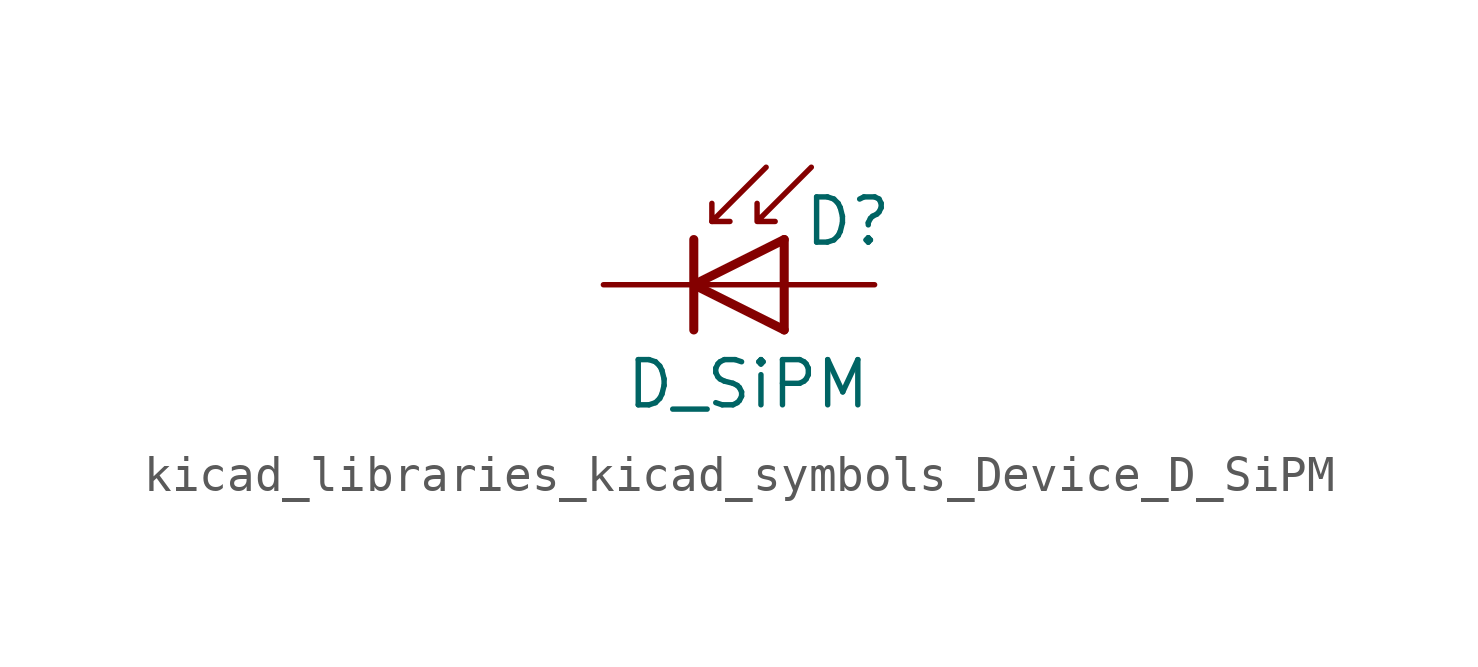
<source format=kicad_sym>
(kicad_symbol_lib
  (version 20220914)
  (generator kicad_symbol_editor)
  (symbol "kicad_libraries_kicad_symbols_Device_D_SiPM"
    (pin_numbers hide)
    (pin_names hide)
    (property "Reference" "D"
      (at 1.778 1.778 0)
      (effects (font (size 1.27 1.27)) (justify left)))
    (property "Value" "D_SiPM"
      (at 0.254 -2.794 0)
      (effects (font (size 1.27 1.27))))
    (symbol "kicad_libraries_kicad_symbols_Device_D_SiPM_0_1"
      (polyline (pts (xy -1.27 0) (xy 1.27 0)) (stroke (width 0) (type default)) (fill (type none)))
      (polyline (pts (xy -1.27 1.27) (xy -1.27 -1.27)) (stroke (width 0.254) (type default)) (fill (type none)))
      (polyline (pts (xy -0.762 1.778) (xy -0.254 1.778)) (stroke (width 0) (type default)) (fill (type none)))
      (polyline (pts (xy 1.27 1.27) (xy 1.27 -1.27)) (stroke (width 0.254) (type default)) (fill (type none)))
      (polyline (pts (xy 0.762 3.302) (xy -0.762 1.778) (xy -0.762 2.286)) (stroke (width 0) (type default)) (fill (type none)))
      (polyline (pts (xy 1.27 1.27) (xy -1.27 0) (xy 1.27 -1.27)) (stroke (width 0.254) (type default)) (fill (type none)))
      (polyline (pts (xy 2.032 3.302) (xy 0.508 1.778) (xy 0.508 2.286) (xy 0.508 1.778) (xy 1.016 1.778)) (stroke (width 0) (type default)) (fill (type none))))
    (symbol "kicad_libraries_kicad_symbols_Device_D_SiPM_1_1"
      (pin passive line (at -3.81 0 0) (length 2.54) (name "K" (effects (font (size 1.27 1.27)))) (number "1" (effects (font (size 1.27 1.27)))))
      (pin passive line (at 3.81 0 180) (length 2.54) (name "A" (effects (font (size 1.27 1.27)))) (number "2" (effects (font (size 1.27 1.27))))))))
</source>
